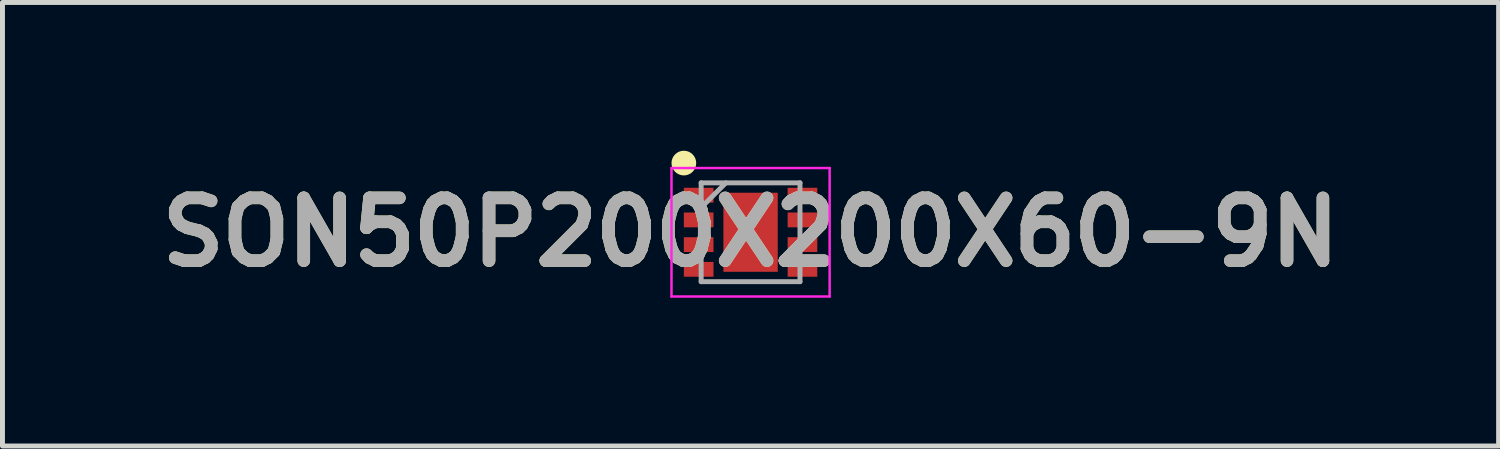
<source format=kicad_pcb>
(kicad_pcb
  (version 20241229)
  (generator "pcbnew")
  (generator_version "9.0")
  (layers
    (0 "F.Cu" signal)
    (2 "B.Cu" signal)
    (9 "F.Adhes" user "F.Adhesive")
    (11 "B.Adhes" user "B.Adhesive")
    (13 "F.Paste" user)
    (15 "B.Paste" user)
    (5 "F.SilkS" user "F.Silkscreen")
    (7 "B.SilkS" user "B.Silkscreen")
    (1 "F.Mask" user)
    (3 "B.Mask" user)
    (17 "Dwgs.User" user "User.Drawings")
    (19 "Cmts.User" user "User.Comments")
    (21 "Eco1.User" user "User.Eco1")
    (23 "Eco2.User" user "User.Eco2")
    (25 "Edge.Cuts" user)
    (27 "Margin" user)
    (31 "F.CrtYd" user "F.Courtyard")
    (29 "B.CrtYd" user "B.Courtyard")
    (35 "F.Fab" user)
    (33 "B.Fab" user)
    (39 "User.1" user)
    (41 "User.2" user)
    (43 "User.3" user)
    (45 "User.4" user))
  (footprint "SON50P200X200X60-9N"
    (layer "F.Cu")
    (at 12.138 1.65)
    (property "Reference" "SON50P200X200X60-9N" (at 0 0 0) (layer "F.SilkS") (effects (font (size 1.27 1.27) (thickness 0.254))))
    (attr smd)
    (fp_circle (center -1.35 -1.4) (end -1.35 -1.275) (stroke (width 0.25) (type solid)) (fill no) (layer "F.SilkS"))
    (fp_line (start -1.6 -1.3) (end 1.6 -1.3) (stroke (width 0.05) (type solid)) (layer "F.CrtYd"))
    (fp_line (start -1.6 1.3) (end -1.6 -1.3) (stroke (width 0.05) (type solid)) (layer "F.CrtYd"))
    (fp_line (start 1.6 -1.3) (end 1.6 1.3) (stroke (width 0.05) (type solid)) (layer "F.CrtYd"))
    (fp_line (start 1.6 1.3) (end -1.6 1.3) (stroke (width 0.05) (type solid)) (layer "F.CrtYd"))
    (fp_line (start -1 -1) (end 1 -1) (stroke (width 0.1) (type solid)) (layer "F.Fab"))
    (fp_line (start -1 -0.5) (end -0.5 -1) (stroke (width 0.1) (type solid)) (layer "F.Fab"))
    (fp_line (start -1 1) (end -1 -1) (stroke (width 0.1) (type solid)) (layer "F.Fab"))
    (fp_line (start 1 -1) (end 1 1) (stroke (width 0.1) (type solid)) (layer "F.Fab"))
    (fp_line (start 1 1) (end -1 1) (stroke (width 0.1) (type solid)) (layer "F.Fab"))
    (fp_text user "${REFERENCE}" (at 0 0 0) (layer "F.Fab") (effects (font (size 1.27 1.27) (thickness 0.254))))
    (pad "1" smd rect (at -1.05 -0.75 90) (size 0.3 0.6) (layers "F.Cu" "F.Mask" "F.Paste"))
    (pad "2" smd rect (at -1.05 -0.25 90) (size 0.3 0.6) (layers "F.Cu" "F.Mask" "F.Paste"))
    (pad "3" smd rect (at -1.05 0.25 90) (size 0.3 0.6) (layers "F.Cu" "F.Mask" "F.Paste"))
    (pad "4" smd rect (at -1.05 0.75 90) (size 0.3 0.6) (layers "F.Cu" "F.Mask" "F.Paste"))
    (pad "5" smd rect (at 1.05 0.75 90) (size 0.3 0.6) (layers "F.Cu" "F.Mask" "F.Paste"))
    (pad "6" smd rect (at 1.05 0.25 90) (size 0.3 0.6) (layers "F.Cu" "F.Mask" "F.Paste"))
    (pad "7" smd rect (at 1.05 -0.25 90) (size 0.3 0.6) (layers "F.Cu" "F.Mask" "F.Paste"))
    (pad "8" smd rect (at 1.05 -0.75 90) (size 0.3 0.6) (layers "F.Cu" "F.Mask" "F.Paste"))
    (pad "9" smd rect (at 0 0) (size 1.1 1.6) (layers "F.Cu" "F.Mask" "F.Paste")))
  (gr_rect
    (start -3 -3)
    (end 27.275 5.975)
    (stroke (width 0.1) (type default))
    (fill no)
    (layer "Edge.Cuts")))
</source>
